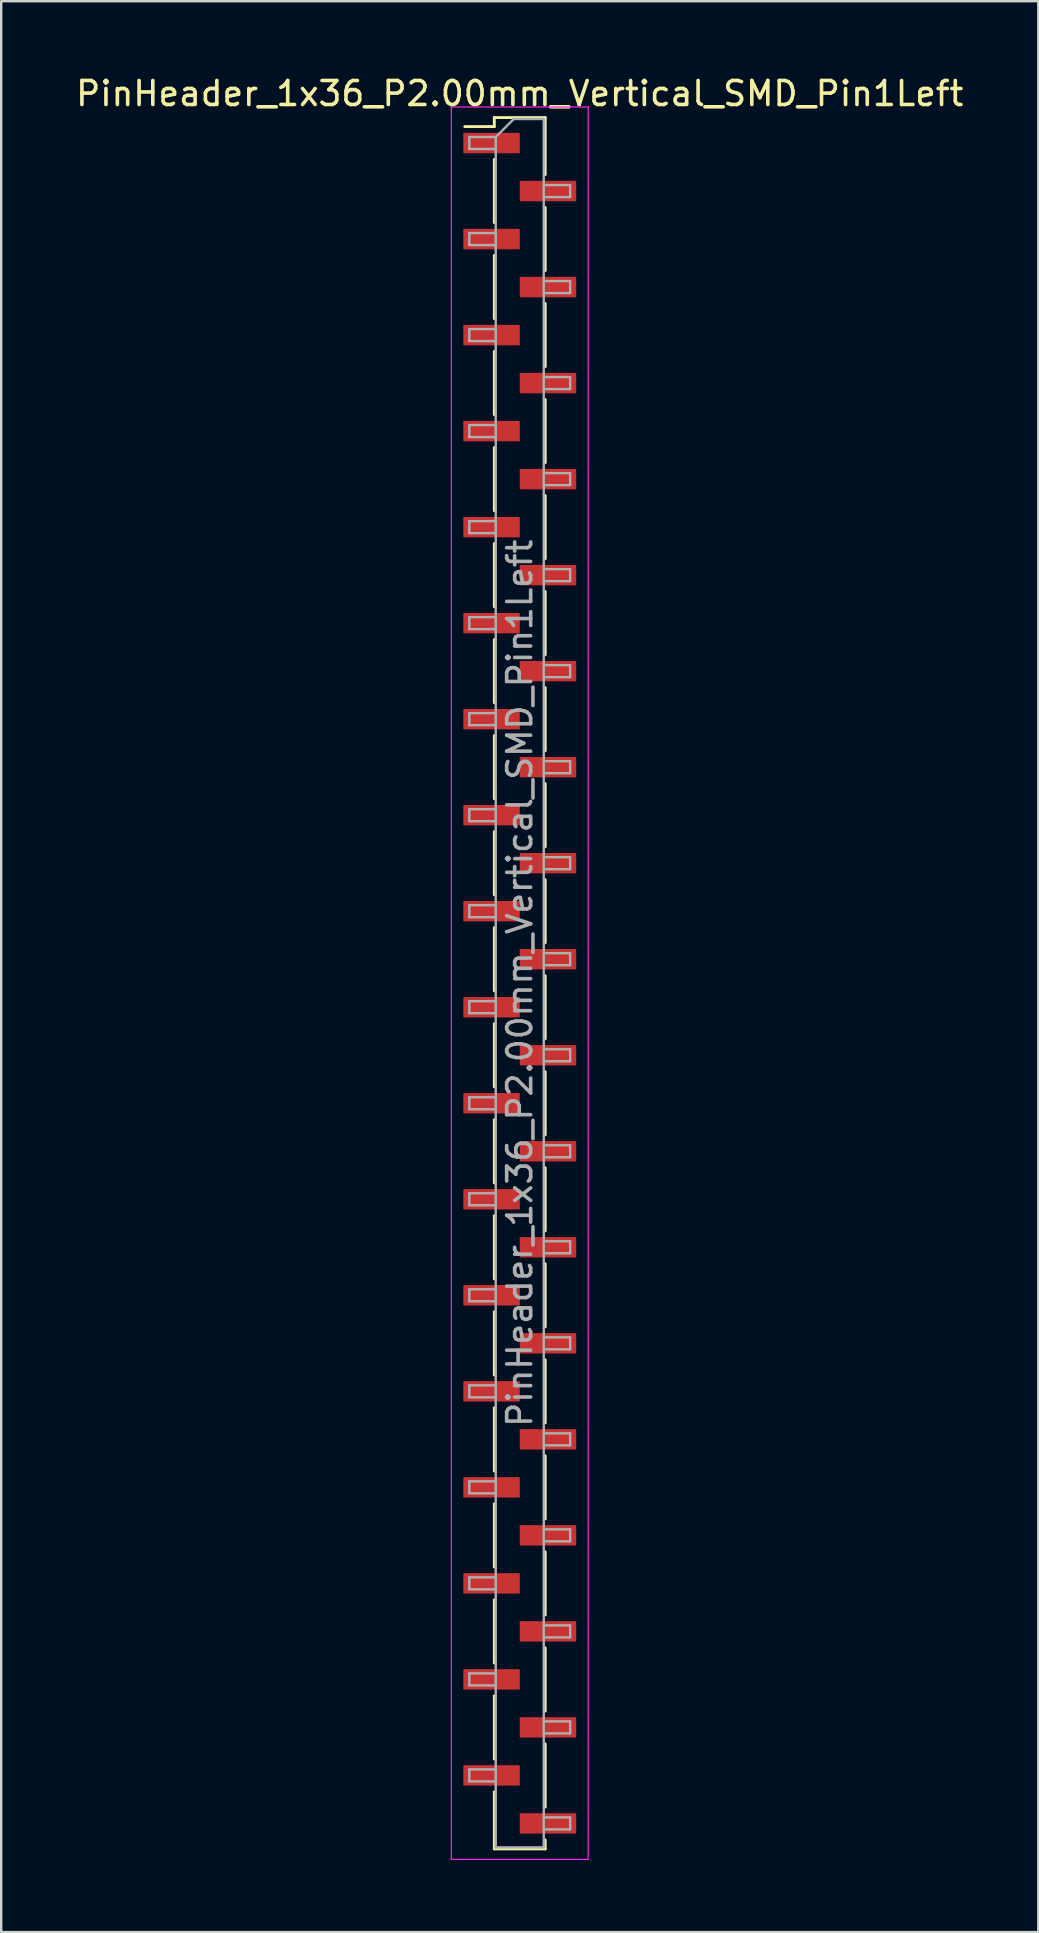
<source format=kicad_pcb>
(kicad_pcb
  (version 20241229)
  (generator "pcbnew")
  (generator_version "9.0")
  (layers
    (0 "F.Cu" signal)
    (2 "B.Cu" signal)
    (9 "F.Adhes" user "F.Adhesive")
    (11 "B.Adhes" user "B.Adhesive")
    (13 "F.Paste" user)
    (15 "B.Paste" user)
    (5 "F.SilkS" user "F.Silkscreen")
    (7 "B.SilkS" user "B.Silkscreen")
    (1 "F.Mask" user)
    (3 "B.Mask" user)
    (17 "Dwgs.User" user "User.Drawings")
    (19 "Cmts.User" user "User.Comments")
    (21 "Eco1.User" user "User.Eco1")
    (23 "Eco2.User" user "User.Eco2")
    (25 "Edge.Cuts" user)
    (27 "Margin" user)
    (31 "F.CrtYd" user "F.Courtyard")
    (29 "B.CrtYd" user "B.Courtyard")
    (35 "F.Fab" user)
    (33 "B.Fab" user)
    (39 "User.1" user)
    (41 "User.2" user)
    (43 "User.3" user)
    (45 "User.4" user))
  (footprint "PinHeader_1x36_P2.00mm_Vertical_SMD_Pin1Left"
    (layer "F.Cu")
    (at 18.601 37.908)
    (property "Reference" "PinHeader_1x36_P2.00mm_Vertical_SMD_Pin1Left" (at 0 -37.06 0) (layer "F.SilkS") (effects (font (size 1 1) (thickness 0.15))))
    (attr smd)
    (fp_line (start -1.06 -36.06) (end -1.06 -35.685) (stroke (width 0.12) (type solid)) (layer "F.SilkS"))
    (fp_line (start -1.06 -36.06) (end 1.06 -36.06) (stroke (width 0.12) (type solid)) (layer "F.SilkS"))
    (fp_line (start -1.06 -35.685) (end -2.29 -35.685) (stroke (width 0.12) (type solid)) (layer "F.SilkS"))
    (fp_line (start -1.06 -34.315) (end -1.06 -31.685) (stroke (width 0.12) (type solid)) (layer "F.SilkS"))
    (fp_line (start -1.06 -30.315) (end -1.06 -27.685) (stroke (width 0.12) (type solid)) (layer "F.SilkS"))
    (fp_line (start -1.06 -26.315) (end -1.06 -23.685) (stroke (width 0.12) (type solid)) (layer "F.SilkS"))
    (fp_line (start -1.06 -22.315) (end -1.06 -19.685) (stroke (width 0.12) (type solid)) (layer "F.SilkS"))
    (fp_line (start -1.06 -18.315) (end -1.06 -15.685) (stroke (width 0.12) (type solid)) (layer "F.SilkS"))
    (fp_line (start -1.06 -14.315) (end -1.06 -11.685) (stroke (width 0.12) (type solid)) (layer "F.SilkS"))
    (fp_line (start -1.06 -10.315) (end -1.06 -7.685) (stroke (width 0.12) (type solid)) (layer "F.SilkS"))
    (fp_line (start -1.06 -6.315) (end -1.06 -3.685) (stroke (width 0.12) (type solid)) (layer "F.SilkS"))
    (fp_line (start -1.06 -2.315) (end -1.06 0.315) (stroke (width 0.12) (type solid)) (layer "F.SilkS"))
    (fp_line (start -1.06 1.685) (end -1.06 4.315) (stroke (width 0.12) (type solid)) (layer "F.SilkS"))
    (fp_line (start -1.06 5.685) (end -1.06 8.315) (stroke (width 0.12) (type solid)) (layer "F.SilkS"))
    (fp_line (start -1.06 9.685) (end -1.06 12.315) (stroke (width 0.12) (type solid)) (layer "F.SilkS"))
    (fp_line (start -1.06 13.685) (end -1.06 16.315) (stroke (width 0.12) (type solid)) (layer "F.SilkS"))
    (fp_line (start -1.06 17.685) (end -1.06 20.315) (stroke (width 0.12) (type solid)) (layer "F.SilkS"))
    (fp_line (start -1.06 21.685) (end -1.06 24.315) (stroke (width 0.12) (type solid)) (layer "F.SilkS"))
    (fp_line (start -1.06 25.685) (end -1.06 28.315) (stroke (width 0.12) (type solid)) (layer "F.SilkS"))
    (fp_line (start -1.06 29.685) (end -1.06 32.315) (stroke (width 0.12) (type solid)) (layer "F.SilkS"))
    (fp_line (start -1.06 33.685) (end -1.06 36.06) (stroke (width 0.12) (type solid)) (layer "F.SilkS"))
    (fp_line (start -1.06 36.06) (end 1.06 36.06) (stroke (width 0.12) (type solid)) (layer "F.SilkS"))
    (fp_line (start 1.06 -36.06) (end 1.06 -33.685) (stroke (width 0.12) (type solid)) (layer "F.SilkS"))
    (fp_line (start 1.06 -32.315) (end 1.06 -29.685) (stroke (width 0.12) (type solid)) (layer "F.SilkS"))
    (fp_line (start 1.06 -28.315) (end 1.06 -25.685) (stroke (width 0.12) (type solid)) (layer "F.SilkS"))
    (fp_line (start 1.06 -24.315) (end 1.06 -21.685) (stroke (width 0.12) (type solid)) (layer "F.SilkS"))
    (fp_line (start 1.06 -20.315) (end 1.06 -17.685) (stroke (width 0.12) (type solid)) (layer "F.SilkS"))
    (fp_line (start 1.06 -16.315) (end 1.06 -13.685) (stroke (width 0.12) (type solid)) (layer "F.SilkS"))
    (fp_line (start 1.06 -12.315) (end 1.06 -9.685) (stroke (width 0.12) (type solid)) (layer "F.SilkS"))
    (fp_line (start 1.06 -8.315) (end 1.06 -5.685) (stroke (width 0.12) (type solid)) (layer "F.SilkS"))
    (fp_line (start 1.06 -4.315) (end 1.06 -1.685) (stroke (width 0.12) (type solid)) (layer "F.SilkS"))
    (fp_line (start 1.06 -0.315) (end 1.06 2.315) (stroke (width 0.12) (type solid)) (layer "F.SilkS"))
    (fp_line (start 1.06 3.685) (end 1.06 6.315) (stroke (width 0.12) (type solid)) (layer "F.SilkS"))
    (fp_line (start 1.06 7.685) (end 1.06 10.315) (stroke (width 0.12) (type solid)) (layer "F.SilkS"))
    (fp_line (start 1.06 11.685) (end 1.06 14.315) (stroke (width 0.12) (type solid)) (layer "F.SilkS"))
    (fp_line (start 1.06 15.685) (end 1.06 18.315) (stroke (width 0.12) (type solid)) (layer "F.SilkS"))
    (fp_line (start 1.06 19.685) (end 1.06 22.315) (stroke (width 0.12) (type solid)) (layer "F.SilkS"))
    (fp_line (start 1.06 23.685) (end 1.06 26.315) (stroke (width 0.12) (type solid)) (layer "F.SilkS"))
    (fp_line (start 1.06 27.685) (end 1.06 30.315) (stroke (width 0.12) (type solid)) (layer "F.SilkS"))
    (fp_line (start 1.06 31.685) (end 1.06 34.315) (stroke (width 0.12) (type solid)) (layer "F.SilkS"))
    (fp_line (start 1.06 35.685) (end 1.06 36.06) (stroke (width 0.12) (type solid)) (layer "F.SilkS"))
    (fp_line (start -2.85 -36.5) (end -2.85 36.5) (stroke (width 0.05) (type solid)) (layer "F.CrtYd"))
    (fp_line (start -2.85 36.5) (end 2.85 36.5) (stroke (width 0.05) (type solid)) (layer "F.CrtYd"))
    (fp_line (start 2.85 -36.5) (end -2.85 -36.5) (stroke (width 0.05) (type solid)) (layer "F.CrtYd"))
    (fp_line (start 2.85 36.5) (end 2.85 -36.5) (stroke (width 0.05) (type solid)) (layer "F.CrtYd"))
    (fp_line (start -2.1 -35.25) (end -2.1 -34.75) (stroke (width 0.1) (type solid)) (layer "F.Fab"))
    (fp_line (start -2.1 -34.75) (end -1 -34.75) (stroke (width 0.1) (type solid)) (layer "F.Fab"))
    (fp_line (start -2.1 -31.25) (end -2.1 -30.75) (stroke (width 0.1) (type solid)) (layer "F.Fab"))
    (fp_line (start -2.1 -30.75) (end -1 -30.75) (stroke (width 0.1) (type solid)) (layer "F.Fab"))
    (fp_line (start -2.1 -27.25) (end -2.1 -26.75) (stroke (width 0.1) (type solid)) (layer "F.Fab"))
    (fp_line (start -2.1 -26.75) (end -1 -26.75) (stroke (width 0.1) (type solid)) (layer "F.Fab"))
    (fp_line (start -2.1 -23.25) (end -2.1 -22.75) (stroke (width 0.1) (type solid)) (layer "F.Fab"))
    (fp_line (start -2.1 -22.75) (end -1 -22.75) (stroke (width 0.1) (type solid)) (layer "F.Fab"))
    (fp_line (start -2.1 -19.25) (end -2.1 -18.75) (stroke (width 0.1) (type solid)) (layer "F.Fab"))
    (fp_line (start -2.1 -18.75) (end -1 -18.75) (stroke (width 0.1) (type solid)) (layer "F.Fab"))
    (fp_line (start -2.1 -15.25) (end -2.1 -14.75) (stroke (width 0.1) (type solid)) (layer "F.Fab"))
    (fp_line (start -2.1 -14.75) (end -1 -14.75) (stroke (width 0.1) (type solid)) (layer "F.Fab"))
    (fp_line (start -2.1 -11.25) (end -2.1 -10.75) (stroke (width 0.1) (type solid)) (layer "F.Fab"))
    (fp_line (start -2.1 -10.75) (end -1 -10.75) (stroke (width 0.1) (type solid)) (layer "F.Fab"))
    (fp_line (start -2.1 -7.25) (end -2.1 -6.75) (stroke (width 0.1) (type solid)) (layer "F.Fab"))
    (fp_line (start -2.1 -6.75) (end -1 -6.75) (stroke (width 0.1) (type solid)) (layer "F.Fab"))
    (fp_line (start -2.1 -3.25) (end -2.1 -2.75) (stroke (width 0.1) (type solid)) (layer "F.Fab"))
    (fp_line (start -2.1 -2.75) (end -1 -2.75) (stroke (width 0.1) (type solid)) (layer "F.Fab"))
    (fp_line (start -2.1 0.75) (end -2.1 1.25) (stroke (width 0.1) (type solid)) (layer "F.Fab"))
    (fp_line (start -2.1 1.25) (end -1 1.25) (stroke (width 0.1) (type solid)) (layer "F.Fab"))
    (fp_line (start -2.1 4.75) (end -2.1 5.25) (stroke (width 0.1) (type solid)) (layer "F.Fab"))
    (fp_line (start -2.1 5.25) (end -1 5.25) (stroke (width 0.1) (type solid)) (layer "F.Fab"))
    (fp_line (start -2.1 8.75) (end -2.1 9.25) (stroke (width 0.1) (type solid)) (layer "F.Fab"))
    (fp_line (start -2.1 9.25) (end -1 9.25) (stroke (width 0.1) (type solid)) (layer "F.Fab"))
    (fp_line (start -2.1 12.75) (end -2.1 13.25) (stroke (width 0.1) (type solid)) (layer "F.Fab"))
    (fp_line (start -2.1 13.25) (end -1 13.25) (stroke (width 0.1) (type solid)) (layer "F.Fab"))
    (fp_line (start -2.1 16.75) (end -2.1 17.25) (stroke (width 0.1) (type solid)) (layer "F.Fab"))
    (fp_line (start -2.1 17.25) (end -1 17.25) (stroke (width 0.1) (type solid)) (layer "F.Fab"))
    (fp_line (start -2.1 20.75) (end -2.1 21.25) (stroke (width 0.1) (type solid)) (layer "F.Fab"))
    (fp_line (start -2.1 21.25) (end -1 21.25) (stroke (width 0.1) (type solid)) (layer "F.Fab"))
    (fp_line (start -2.1 24.75) (end -2.1 25.25) (stroke (width 0.1) (type solid)) (layer "F.Fab"))
    (fp_line (start -2.1 25.25) (end -1 25.25) (stroke (width 0.1) (type solid)) (layer "F.Fab"))
    (fp_line (start -2.1 28.75) (end -2.1 29.25) (stroke (width 0.1) (type solid)) (layer "F.Fab"))
    (fp_line (start -2.1 29.25) (end -1 29.25) (stroke (width 0.1) (type solid)) (layer "F.Fab"))
    (fp_line (start -2.1 32.75) (end -2.1 33.25) (stroke (width 0.1) (type solid)) (layer "F.Fab"))
    (fp_line (start -2.1 33.25) (end -1 33.25) (stroke (width 0.1) (type solid)) (layer "F.Fab"))
    (fp_line (start -1 -35.25) (end -2.1 -35.25) (stroke (width 0.1) (type solid)) (layer "F.Fab"))
    (fp_line (start -1 -35.25) (end -0.25 -36) (stroke (width 0.1) (type solid)) (layer "F.Fab"))
    (fp_line (start -1 -31.25) (end -2.1 -31.25) (stroke (width 0.1) (type solid)) (layer "F.Fab"))
    (fp_line (start -1 -27.25) (end -2.1 -27.25) (stroke (width 0.1) (type solid)) (layer "F.Fab"))
    (fp_line (start -1 -23.25) (end -2.1 -23.25) (stroke (width 0.1) (type solid)) (layer "F.Fab"))
    (fp_line (start -1 -19.25) (end -2.1 -19.25) (stroke (width 0.1) (type solid)) (layer "F.Fab"))
    (fp_line (start -1 -15.25) (end -2.1 -15.25) (stroke (width 0.1) (type solid)) (layer "F.Fab"))
    (fp_line (start -1 -11.25) (end -2.1 -11.25) (stroke (width 0.1) (type solid)) (layer "F.Fab"))
    (fp_line (start -1 -7.25) (end -2.1 -7.25) (stroke (width 0.1) (type solid)) (layer "F.Fab"))
    (fp_line (start -1 -3.25) (end -2.1 -3.25) (stroke (width 0.1) (type solid)) (layer "F.Fab"))
    (fp_line (start -1 0.75) (end -2.1 0.75) (stroke (width 0.1) (type solid)) (layer "F.Fab"))
    (fp_line (start -1 4.75) (end -2.1 4.75) (stroke (width 0.1) (type solid)) (layer "F.Fab"))
    (fp_line (start -1 8.75) (end -2.1 8.75) (stroke (width 0.1) (type solid)) (layer "F.Fab"))
    (fp_line (start -1 12.75) (end -2.1 12.75) (stroke (width 0.1) (type solid)) (layer "F.Fab"))
    (fp_line (start -1 16.75) (end -2.1 16.75) (stroke (width 0.1) (type solid)) (layer "F.Fab"))
    (fp_line (start -1 20.75) (end -2.1 20.75) (stroke (width 0.1) (type solid)) (layer "F.Fab"))
    (fp_line (start -1 24.75) (end -2.1 24.75) (stroke (width 0.1) (type solid)) (layer "F.Fab"))
    (fp_line (start -1 28.75) (end -2.1 28.75) (stroke (width 0.1) (type solid)) (layer "F.Fab"))
    (fp_line (start -1 32.75) (end -2.1 32.75) (stroke (width 0.1) (type solid)) (layer "F.Fab"))
    (fp_line (start -1 36) (end -1 -35.25) (stroke (width 0.1) (type solid)) (layer "F.Fab"))
    (fp_line (start -0.25 -36) (end 1 -36) (stroke (width 0.1) (type solid)) (layer "F.Fab"))
    (fp_line (start 1 -36) (end 1 36) (stroke (width 0.1) (type solid)) (layer "F.Fab"))
    (fp_line (start 1 -33.25) (end 2.1 -33.25) (stroke (width 0.1) (type solid)) (layer "F.Fab"))
    (fp_line (start 1 -29.25) (end 2.1 -29.25) (stroke (width 0.1) (type solid)) (layer "F.Fab"))
    (fp_line (start 1 -25.25) (end 2.1 -25.25) (stroke (width 0.1) (type solid)) (layer "F.Fab"))
    (fp_line (start 1 -21.25) (end 2.1 -21.25) (stroke (width 0.1) (type solid)) (layer "F.Fab"))
    (fp_line (start 1 -17.25) (end 2.1 -17.25) (stroke (width 0.1) (type solid)) (layer "F.Fab"))
    (fp_line (start 1 -13.25) (end 2.1 -13.25) (stroke (width 0.1) (type solid)) (layer "F.Fab"))
    (fp_line (start 1 -9.25) (end 2.1 -9.25) (stroke (width 0.1) (type solid)) (layer "F.Fab"))
    (fp_line (start 1 -5.25) (end 2.1 -5.25) (stroke (width 0.1) (type solid)) (layer "F.Fab"))
    (fp_line (start 1 -1.25) (end 2.1 -1.25) (stroke (width 0.1) (type solid)) (layer "F.Fab"))
    (fp_line (start 1 2.75) (end 2.1 2.75) (stroke (width 0.1) (type solid)) (layer "F.Fab"))
    (fp_line (start 1 6.75) (end 2.1 6.75) (stroke (width 0.1) (type solid)) (layer "F.Fab"))
    (fp_line (start 1 10.75) (end 2.1 10.75) (stroke (width 0.1) (type solid)) (layer "F.Fab"))
    (fp_line (start 1 14.75) (end 2.1 14.75) (stroke (width 0.1) (type solid)) (layer "F.Fab"))
    (fp_line (start 1 18.75) (end 2.1 18.75) (stroke (width 0.1) (type solid)) (layer "F.Fab"))
    (fp_line (start 1 22.75) (end 2.1 22.75) (stroke (width 0.1) (type solid)) (layer "F.Fab"))
    (fp_line (start 1 26.75) (end 2.1 26.75) (stroke (width 0.1) (type solid)) (layer "F.Fab"))
    (fp_line (start 1 30.75) (end 2.1 30.75) (stroke (width 0.1) (type solid)) (layer "F.Fab"))
    (fp_line (start 1 34.75) (end 2.1 34.75) (stroke (width 0.1) (type solid)) (layer "F.Fab"))
    (fp_line (start 1 36) (end -1 36) (stroke (width 0.1) (type solid)) (layer "F.Fab"))
    (fp_line (start 2.1 -33.25) (end 2.1 -32.75) (stroke (width 0.1) (type solid)) (layer "F.Fab"))
    (fp_line (start 2.1 -32.75) (end 1 -32.75) (stroke (width 0.1) (type solid)) (layer "F.Fab"))
    (fp_line (start 2.1 -29.25) (end 2.1 -28.75) (stroke (width 0.1) (type solid)) (layer "F.Fab"))
    (fp_line (start 2.1 -28.75) (end 1 -28.75) (stroke (width 0.1) (type solid)) (layer "F.Fab"))
    (fp_line (start 2.1 -25.25) (end 2.1 -24.75) (stroke (width 0.1) (type solid)) (layer "F.Fab"))
    (fp_line (start 2.1 -24.75) (end 1 -24.75) (stroke (width 0.1) (type solid)) (layer "F.Fab"))
    (fp_line (start 2.1 -21.25) (end 2.1 -20.75) (stroke (width 0.1) (type solid)) (layer "F.Fab"))
    (fp_line (start 2.1 -20.75) (end 1 -20.75) (stroke (width 0.1) (type solid)) (layer "F.Fab"))
    (fp_line (start 2.1 -17.25) (end 2.1 -16.75) (stroke (width 0.1) (type solid)) (layer "F.Fab"))
    (fp_line (start 2.1 -16.75) (end 1 -16.75) (stroke (width 0.1) (type solid)) (layer "F.Fab"))
    (fp_line (start 2.1 -13.25) (end 2.1 -12.75) (stroke (width 0.1) (type solid)) (layer "F.Fab"))
    (fp_line (start 2.1 -12.75) (end 1 -12.75) (stroke (width 0.1) (type solid)) (layer "F.Fab"))
    (fp_line (start 2.1 -9.25) (end 2.1 -8.75) (stroke (width 0.1) (type solid)) (layer "F.Fab"))
    (fp_line (start 2.1 -8.75) (end 1 -8.75) (stroke (width 0.1) (type solid)) (layer "F.Fab"))
    (fp_line (start 2.1 -5.25) (end 2.1 -4.75) (stroke (width 0.1) (type solid)) (layer "F.Fab"))
    (fp_line (start 2.1 -4.75) (end 1 -4.75) (stroke (width 0.1) (type solid)) (layer "F.Fab"))
    (fp_line (start 2.1 -1.25) (end 2.1 -0.75) (stroke (width 0.1) (type solid)) (layer "F.Fab"))
    (fp_line (start 2.1 -0.75) (end 1 -0.75) (stroke (width 0.1) (type solid)) (layer "F.Fab"))
    (fp_line (start 2.1 2.75) (end 2.1 3.25) (stroke (width 0.1) (type solid)) (layer "F.Fab"))
    (fp_line (start 2.1 3.25) (end 1 3.25) (stroke (width 0.1) (type solid)) (layer "F.Fab"))
    (fp_line (start 2.1 6.75) (end 2.1 7.25) (stroke (width 0.1) (type solid)) (layer "F.Fab"))
    (fp_line (start 2.1 7.25) (end 1 7.25) (stroke (width 0.1) (type solid)) (layer "F.Fab"))
    (fp_line (start 2.1 10.75) (end 2.1 11.25) (stroke (width 0.1) (type solid)) (layer "F.Fab"))
    (fp_line (start 2.1 11.25) (end 1 11.25) (stroke (width 0.1) (type solid)) (layer "F.Fab"))
    (fp_line (start 2.1 14.75) (end 2.1 15.25) (stroke (width 0.1) (type solid)) (layer "F.Fab"))
    (fp_line (start 2.1 15.25) (end 1 15.25) (stroke (width 0.1) (type solid)) (layer "F.Fab"))
    (fp_line (start 2.1 18.75) (end 2.1 19.25) (stroke (width 0.1) (type solid)) (layer "F.Fab"))
    (fp_line (start 2.1 19.25) (end 1 19.25) (stroke (width 0.1) (type solid)) (layer "F.Fab"))
    (fp_line (start 2.1 22.75) (end 2.1 23.25) (stroke (width 0.1) (type solid)) (layer "F.Fab"))
    (fp_line (start 2.1 23.25) (end 1 23.25) (stroke (width 0.1) (type solid)) (layer "F.Fab"))
    (fp_line (start 2.1 26.75) (end 2.1 27.25) (stroke (width 0.1) (type solid)) (layer "F.Fab"))
    (fp_line (start 2.1 27.25) (end 1 27.25) (stroke (width 0.1) (type solid)) (layer "F.Fab"))
    (fp_line (start 2.1 30.75) (end 2.1 31.25) (stroke (width 0.1) (type solid)) (layer "F.Fab"))
    (fp_line (start 2.1 31.25) (end 1 31.25) (stroke (width 0.1) (type solid)) (layer "F.Fab"))
    (fp_line (start 2.1 34.75) (end 2.1 35.25) (stroke (width 0.1) (type solid)) (layer "F.Fab"))
    (fp_line (start 2.1 35.25) (end 1 35.25) (stroke (width 0.1) (type solid)) (layer "F.Fab"))
    (fp_text user "${REFERENCE}" (at 0 0 90) (layer "F.Fab") (effects (font (size 1 1) (thickness 0.15))))
    (pad "1" smd rect (at -1.175 -35) (size 2.35 0.85) (layers "F.Cu" "F.Mask" "F.Paste"))
    (pad "2" smd rect (at 1.175 -33) (size 2.35 0.85) (layers "F.Cu" "F.Mask" "F.Paste"))
    (pad "3" smd rect (at -1.175 -31) (size 2.35 0.85) (layers "F.Cu" "F.Mask" "F.Paste"))
    (pad "4" smd rect (at 1.175 -29) (size 2.35 0.85) (layers "F.Cu" "F.Mask" "F.Paste"))
    (pad "5" smd rect (at -1.175 -27) (size 2.35 0.85) (layers "F.Cu" "F.Mask" "F.Paste"))
    (pad "6" smd rect (at 1.175 -25) (size 2.35 0.85) (layers "F.Cu" "F.Mask" "F.Paste"))
    (pad "7" smd rect (at -1.175 -23) (size 2.35 0.85) (layers "F.Cu" "F.Mask" "F.Paste"))
    (pad "8" smd rect (at 1.175 -21) (size 2.35 0.85) (layers "F.Cu" "F.Mask" "F.Paste"))
    (pad "9" smd rect (at -1.175 -19) (size 2.35 0.85) (layers "F.Cu" "F.Mask" "F.Paste"))
    (pad "10" smd rect (at 1.175 -17) (size 2.35 0.85) (layers "F.Cu" "F.Mask" "F.Paste"))
    (pad "11" smd rect (at -1.175 -15) (size 2.35 0.85) (layers "F.Cu" "F.Mask" "F.Paste"))
    (pad "12" smd rect (at 1.175 -13) (size 2.35 0.85) (layers "F.Cu" "F.Mask" "F.Paste"))
    (pad "13" smd rect (at -1.175 -11) (size 2.35 0.85) (layers "F.Cu" "F.Mask" "F.Paste"))
    (pad "14" smd rect (at 1.175 -9) (size 2.35 0.85) (layers "F.Cu" "F.Mask" "F.Paste"))
    (pad "15" smd rect (at -1.175 -7) (size 2.35 0.85) (layers "F.Cu" "F.Mask" "F.Paste"))
    (pad "16" smd rect (at 1.175 -5) (size 2.35 0.85) (layers "F.Cu" "F.Mask" "F.Paste"))
    (pad "17" smd rect (at -1.175 -3) (size 2.35 0.85) (layers "F.Cu" "F.Mask" "F.Paste"))
    (pad "18" smd rect (at 1.175 -1) (size 2.35 0.85) (layers "F.Cu" "F.Mask" "F.Paste"))
    (pad "19" smd rect (at -1.175 1) (size 2.35 0.85) (layers "F.Cu" "F.Mask" "F.Paste"))
    (pad "20" smd rect (at 1.175 3) (size 2.35 0.85) (layers "F.Cu" "F.Mask" "F.Paste"))
    (pad "21" smd rect (at -1.175 5) (size 2.35 0.85) (layers "F.Cu" "F.Mask" "F.Paste"))
    (pad "22" smd rect (at 1.175 7) (size 2.35 0.85) (layers "F.Cu" "F.Mask" "F.Paste"))
    (pad "23" smd rect (at -1.175 9) (size 2.35 0.85) (layers "F.Cu" "F.Mask" "F.Paste"))
    (pad "24" smd rect (at 1.175 11) (size 2.35 0.85) (layers "F.Cu" "F.Mask" "F.Paste"))
    (pad "25" smd rect (at -1.175 13) (size 2.35 0.85) (layers "F.Cu" "F.Mask" "F.Paste"))
    (pad "26" smd rect (at 1.175 15) (size 2.35 0.85) (layers "F.Cu" "F.Mask" "F.Paste"))
    (pad "27" smd rect (at -1.175 17) (size 2.35 0.85) (layers "F.Cu" "F.Mask" "F.Paste"))
    (pad "28" smd rect (at 1.175 19) (size 2.35 0.85) (layers "F.Cu" "F.Mask" "F.Paste"))
    (pad "29" smd rect (at -1.175 21) (size 2.35 0.85) (layers "F.Cu" "F.Mask" "F.Paste"))
    (pad "30" smd rect (at 1.175 23) (size 2.35 0.85) (layers "F.Cu" "F.Mask" "F.Paste"))
    (pad "31" smd rect (at -1.175 25) (size 2.35 0.85) (layers "F.Cu" "F.Mask" "F.Paste"))
    (pad "32" smd rect (at 1.175 27) (size 2.35 0.85) (layers "F.Cu" "F.Mask" "F.Paste"))
    (pad "33" smd rect (at -1.175 29) (size 2.35 0.85) (layers "F.Cu" "F.Mask" "F.Paste"))
    (pad "34" smd rect (at 1.175 31) (size 2.35 0.85) (layers "F.Cu" "F.Mask" "F.Paste"))
    (pad "35" smd rect (at -1.175 33) (size 2.35 0.85) (layers "F.Cu" "F.Mask" "F.Paste"))
    (pad "36" smd rect (at 1.175 35) (size 2.35 0.85) (layers "F.Cu" "F.Mask" "F.Paste")))
  (gr_rect
    (start -3 -3)
    (end 40.202 77.433)
    (stroke (width 0.1) (type default))
    (fill no)
    (layer "Edge.Cuts")))
</source>
